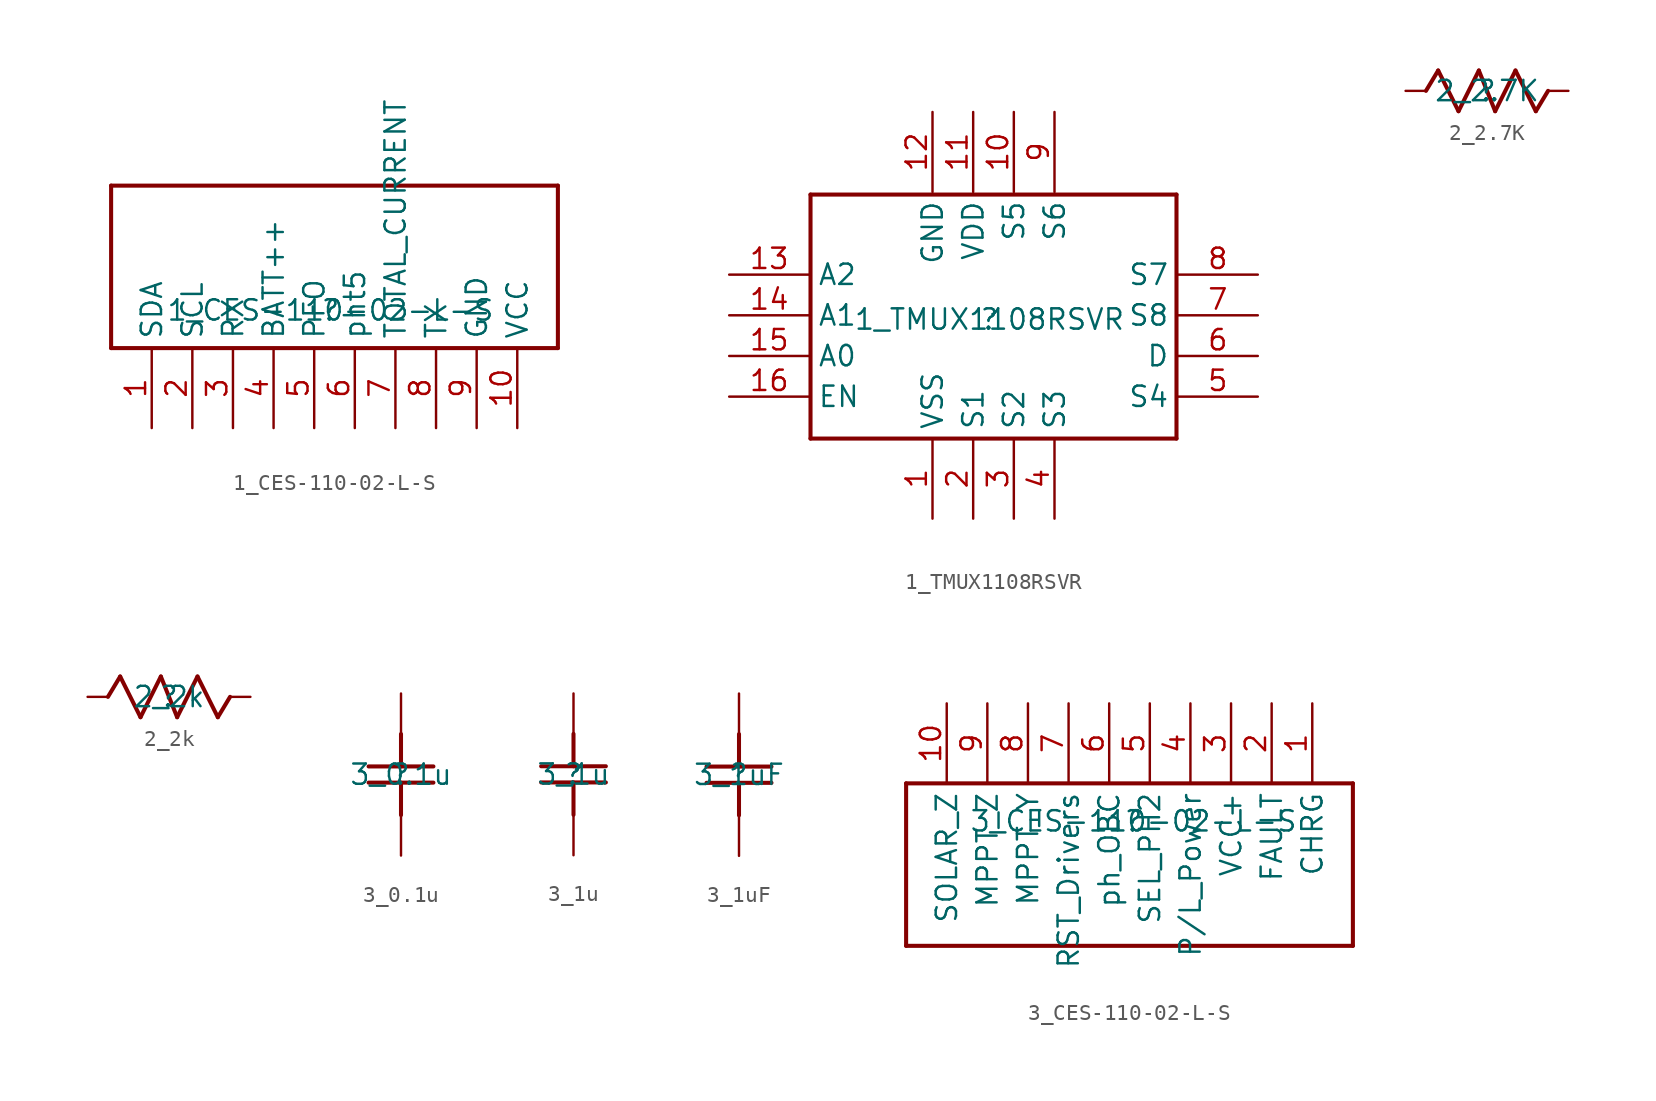
<source format=kicad_sym>
(kicad_symbol_lib
  (version 20211014)
  (generator kicad_symbol_editor)
  (symbol "1_CES-110-02-L-S"
    (property "Reference" ""
      (at 0 0 0)
      (effects (font (size 1.27 1.27))))
    (property "Value" "1_CES-110-02-L-S"
      (at 0 0 0)
      (effects (font (size 1.27 1.27))))
    (symbol "1_CES-110-02-L-S_1_0"
      (polyline (pts (xy -13.716 -2.365) (xy -13.716 7.795)) (stroke (width 0.254) (type default) (color 0 0 0 0)) (fill (type none)))
      (polyline (pts (xy -13.716 -2.365) (xy 14.224 -2.365)) (stroke (width 0.254) (type default) (color 0 0 0 0)) (fill (type none)))
      (polyline (pts (xy 14.224 7.795) (xy -13.716 7.795)) (stroke (width 0.254) (type default) (color 0 0 0 0)) (fill (type none)))
      (polyline (pts (xy 14.224 7.795) (xy 14.224 -2.365)) (stroke (width 0.254) (type default) (color 0 0 0 0)) (fill (type none)))
      (pin passive line (at -11.176 -7.366 90) (length 5) (name "SDA" (effects (font (size 1.27 1.27)))) (number "1" (effects (font (size 1.27 1.27)))))
      (pin passive line (at 11.684 -7.366 90) (length 5) (name "VCC" (effects (font (size 1.27 1.27)))) (number "10" (effects (font (size 1.27 1.27)))))
      (pin passive line (at -8.636 -7.366 90) (length 5) (name "SCL" (effects (font (size 1.27 1.27)))) (number "2" (effects (font (size 1.27 1.27)))))
      (pin passive line (at -6.096 -7.366 90) (length 5) (name "RX" (effects (font (size 1.27 1.27)))) (number "3" (effects (font (size 1.27 1.27)))))
      (pin passive line (at -3.556 -7.366 90) (length 5) (name "BATT++" (effects (font (size 1.27 1.27)))) (number "4" (effects (font (size 1.27 1.27)))))
      (pin passive line (at -1.016 -7.366 90) (length 5) (name "PFO" (effects (font (size 1.27 1.27)))) (number "5" (effects (font (size 1.27 1.27)))))
      (pin passive line (at 1.524 -7.366 90) (length 5) (name "pht5" (effects (font (size 1.27 1.27)))) (number "6" (effects (font (size 1.27 1.27)))))
      (pin passive line (at 4.064 -7.366 90) (length 5) (name "TOTAL_CURRENT" (effects (font (size 1.27 1.27)))) (number "7" (effects (font (size 1.27 1.27)))))
      (pin passive line (at 6.604 -7.366 90) (length 5) (name "TX" (effects (font (size 1.27 1.27)))) (number "8" (effects (font (size 1.27 1.27)))))
      (pin passive line (at 9.144 -7.366 90) (length 5) (name "GND" (effects (font (size 1.27 1.27)))) (number "9" (effects (font (size 1.27 1.27)))))))
  (symbol "1_TMUX1108RSVR"
    (property "Reference" ""
      (at 0 0 0)
      (effects (font (size 1.27 1.27))))
    (property "Value" "1_TMUX1108RSVR"
      (at 0 0 0)
      (effects (font (size 1.27 1.27))))
    (symbol "1_TMUX1108RSVR_1_0"
      (polyline (pts (xy -11.176 -7.445) (xy -11.176 7.795)) (stroke (width 0.254) (type default) (color 0 0 0 0)) (fill (type none)))
      (polyline (pts (xy -11.176 -7.445) (xy 11.684 -7.445)) (stroke (width 0.254) (type default) (color 0 0 0 0)) (fill (type none)))
      (polyline (pts (xy 11.684 7.795) (xy -11.176 7.795)) (stroke (width 0.254) (type default) (color 0 0 0 0)) (fill (type none)))
      (polyline (pts (xy 11.684 7.795) (xy 11.684 -7.445)) (stroke (width 0.254) (type default) (color 0 0 0 0)) (fill (type none)))
      (pin passive line (at -3.556 -12.446 90) (length 5) (name "VSS" (effects (font (size 1.27 1.27)))) (number "1" (effects (font (size 1.27 1.27)))))
      (pin passive line (at 1.524 12.954 270) (length 5) (name "S5" (effects (font (size 1.27 1.27)))) (number "10" (effects (font (size 1.27 1.27)))))
      (pin passive line (at -1.016 12.954 270) (length 5) (name "VDD" (effects (font (size 1.27 1.27)))) (number "11" (effects (font (size 1.27 1.27)))))
      (pin passive line (at -3.556 12.954 270) (length 5) (name "GND" (effects (font (size 1.27 1.27)))) (number "12" (effects (font (size 1.27 1.27)))))
      (pin passive line (at -16.256 2.794 0) (length 5) (name "A2" (effects (font (size 1.27 1.27)))) (number "13" (effects (font (size 1.27 1.27)))))
      (pin passive line (at -16.256 0.254 0) (length 5) (name "A1" (effects (font (size 1.27 1.27)))) (number "14" (effects (font (size 1.27 1.27)))))
      (pin passive line (at -16.256 -2.286 0) (length 5) (name "A0" (effects (font (size 1.27 1.27)))) (number "15" (effects (font (size 1.27 1.27)))))
      (pin passive line (at -16.256 -4.826 0) (length 5) (name "EN" (effects (font (size 1.27 1.27)))) (number "16" (effects (font (size 1.27 1.27)))))
      (pin passive line (at -1.016 -12.446 90) (length 5) (name "S1" (effects (font (size 1.27 1.27)))) (number "2" (effects (font (size 1.27 1.27)))))
      (pin passive line (at 1.524 -12.446 90) (length 5) (name "S2" (effects (font (size 1.27 1.27)))) (number "3" (effects (font (size 1.27 1.27)))))
      (pin passive line (at 4.064 -12.446 90) (length 5) (name "S3" (effects (font (size 1.27 1.27)))) (number "4" (effects (font (size 1.27 1.27)))))
      (pin passive line (at 16.764 -4.826 180) (length 5) (name "S4" (effects (font (size 1.27 1.27)))) (number "5" (effects (font (size 1.27 1.27)))))
      (pin passive line (at 16.764 -2.286 180) (length 5) (name "D" (effects (font (size 1.27 1.27)))) (number "6" (effects (font (size 1.27 1.27)))))
      (pin passive line (at 16.764 0.254 180) (length 5) (name "S8" (effects (font (size 1.27 1.27)))) (number "7" (effects (font (size 1.27 1.27)))))
      (pin passive line (at 16.764 2.794 180) (length 5) (name "S7" (effects (font (size 1.27 1.27)))) (number "8" (effects (font (size 1.27 1.27)))))
      (pin passive line (at 4.064 12.954 270) (length 5) (name "S6" (effects (font (size 1.27 1.27)))) (number "9" (effects (font (size 1.27 1.27)))))))
  (symbol "2_2.7K"
    (property "Reference" ""
      (at 0 0 0)
      (effects (font (size 1.27 1.27))))
    (property "Value" "2_2.7K"
      (at 0 0 0)
      (effects (font (size 1.27 1.27))))
    (symbol "2_2.7K_1_0"
      (polyline (pts (xy -3.81 0) (xy -3.048 1.27)) (stroke (width 0.254) (type default) (color 0 0 0 0)) (fill (type none)))
      (polyline (pts (xy -3.048 1.27) (xy -1.778 -1.27)) (stroke (width 0.254) (type default) (color 0 0 0 0)) (fill (type none)))
      (polyline (pts (xy -1.778 -1.27) (xy -0.508 1.27)) (stroke (width 0.254) (type default) (color 0 0 0 0)) (fill (type none)))
      (polyline (pts (xy -0.508 1.27) (xy 0.508 -1.27)) (stroke (width 0.254) (type default) (color 0 0 0 0)) (fill (type none)))
      (polyline (pts (xy 0.508 -1.27) (xy 1.778 1.27)) (stroke (width 0.254) (type default) (color 0 0 0 0)) (fill (type none)))
      (polyline (pts (xy 1.778 1.27) (xy 3.048 -1.27)) (stroke (width 0.254) (type default) (color 0 0 0 0)) (fill (type none)))
      (polyline (pts (xy 3.048 -1.27) (xy 3.81 0)) (stroke (width 0.254) (type default) (color 0 0 0 0)) (fill (type none)))
      (pin passive line (at 5.08 0 180) (length 1.27) (name "1" (effects (font (size 0 0)))) (number "1" (effects (font (size 0 0)))))
      (pin passive line (at -5.08 0 0) (length 1.27) (name "2" (effects (font (size 0 0)))) (number "2" (effects (font (size 0 0)))))))
  (symbol "2_2k"
    (property "Reference" ""
      (at 0 0 0)
      (effects (font (size 1.27 1.27))))
    (property "Value" "2_2k"
      (at 0 0 0)
      (effects (font (size 1.27 1.27))))
    (symbol "2_2k_1_0"
      (polyline (pts (xy -3.81 0) (xy -3.048 1.27)) (stroke (width 0.254) (type default) (color 0 0 0 0)) (fill (type none)))
      (polyline (pts (xy -3.048 1.27) (xy -1.778 -1.27)) (stroke (width 0.254) (type default) (color 0 0 0 0)) (fill (type none)))
      (polyline (pts (xy -1.778 -1.27) (xy -0.508 1.27)) (stroke (width 0.254) (type default) (color 0 0 0 0)) (fill (type none)))
      (polyline (pts (xy -0.508 1.27) (xy 0.508 -1.27)) (stroke (width 0.254) (type default) (color 0 0 0 0)) (fill (type none)))
      (polyline (pts (xy 0.508 -1.27) (xy 1.778 1.27)) (stroke (width 0.254) (type default) (color 0 0 0 0)) (fill (type none)))
      (polyline (pts (xy 1.778 1.27) (xy 3.048 -1.27)) (stroke (width 0.254) (type default) (color 0 0 0 0)) (fill (type none)))
      (polyline (pts (xy 3.048 -1.27) (xy 3.81 0)) (stroke (width 0.254) (type default) (color 0 0 0 0)) (fill (type none)))
      (pin passive line (at 5.08 0 180) (length 1.27) (name "1" (effects (font (size 0 0)))) (number "1" (effects (font (size 0 0)))))
      (pin passive line (at -5.08 0 0) (length 1.27) (name "2" (effects (font (size 0 0)))) (number "2" (effects (font (size 0 0)))))))
  (symbol "3_0.1u"
    (property "Reference" ""
      (at 0 0 0)
      (effects (font (size 1.27 1.27))))
    (property "Value" "3_0.1u"
      (at 0 0 0)
      (effects (font (size 1.27 1.27))))
    (symbol "3_0.1u_1_0"
      (polyline (pts (xy -2.032 0.508) (xy 2.032 0.508)) (stroke (width 0.254) (type default) (color 0 0 0 0)) (fill (type none)))
      (polyline (pts (xy 0 -2.54) (xy 0 -0.508)) (stroke (width 0.254) (type default) (color 0 0 0 0)) (fill (type none)))
      (polyline (pts (xy 0 0.508) (xy 0 2.54)) (stroke (width 0.254) (type default) (color 0 0 0 0)) (fill (type none)))
      (polyline (pts (xy 2.032 -0.508) (xy -2.032 -0.508)) (stroke (width 0.254) (type default) (color 0 0 0 0)) (fill (type none)))
      (pin passive line (at 0 5.08 270) (length 2.54) (name "1" (effects (font (size 0 0)))) (number "1" (effects (font (size 0 0)))))
      (pin passive line (at 0 -5.08 90) (length 2.54) (name "2" (effects (font (size 0 0)))) (number "2" (effects (font (size 0 0)))))))
  (symbol "3_1u"
    (property "Reference" ""
      (at 0 0 0)
      (effects (font (size 1.27 1.27))))
    (property "Value" "3_1u"
      (at 0 0 0)
      (effects (font (size 1.27 1.27))))
    (symbol "3_1u_1_0"
      (polyline (pts (xy -2.032 0.508) (xy 2.032 0.508)) (stroke (width 0.254) (type default) (color 0 0 0 0)) (fill (type none)))
      (polyline (pts (xy 0 -2.54) (xy 0 -0.508)) (stroke (width 0.254) (type default) (color 0 0 0 0)) (fill (type none)))
      (polyline (pts (xy 0 0.508) (xy 0 2.54)) (stroke (width 0.254) (type default) (color 0 0 0 0)) (fill (type none)))
      (polyline (pts (xy 2.032 -0.508) (xy -2.032 -0.508)) (stroke (width 0.254) (type default) (color 0 0 0 0)) (fill (type none)))
      (pin passive line (at 0 5.08 270) (length 2.54) (name "1" (effects (font (size 0 0)))) (number "1" (effects (font (size 0 0)))))
      (pin passive line (at 0 -5.08 90) (length 2.54) (name "2" (effects (font (size 0 0)))) (number "2" (effects (font (size 0 0)))))))
  (symbol "3_1uF"
    (property "Reference" ""
      (at 0 0 0)
      (effects (font (size 1.27 1.27))))
    (property "Value" "3_1uF"
      (at 0 0 0)
      (effects (font (size 1.27 1.27))))
    (symbol "3_1uF_1_0"
      (polyline (pts (xy -2.032 0.508) (xy 2.032 0.508)) (stroke (width 0.254) (type default) (color 0 0 0 0)) (fill (type none)))
      (polyline (pts (xy 0 -2.54) (xy 0 -0.508)) (stroke (width 0.254) (type default) (color 0 0 0 0)) (fill (type none)))
      (polyline (pts (xy 0 0.508) (xy 0 2.54)) (stroke (width 0.254) (type default) (color 0 0 0 0)) (fill (type none)))
      (polyline (pts (xy 2.032 -0.508) (xy -2.032 -0.508)) (stroke (width 0.254) (type default) (color 0 0 0 0)) (fill (type none)))
      (pin passive line (at 0 5.08 270) (length 2.54) (name "1" (effects (font (size 0 0)))) (number "1" (effects (font (size 0 0)))))
      (pin passive line (at 0 -5.08 90) (length 2.54) (name "2" (effects (font (size 0 0)))) (number "2" (effects (font (size 0 0)))))))
  (symbol "3_CES-110-02-L-S"
    (property "Reference" ""
      (at 0 0 0)
      (effects (font (size 1.27 1.27))))
    (property "Value" "3_CES-110-02-L-S"
      (at 0 0 0)
      (effects (font (size 1.27 1.27))))
    (symbol "3_CES-110-02-L-S_1_0"
      (polyline (pts (xy -14.224 -7.795) (xy -14.224 2.365)) (stroke (width 0.254) (type default) (color 0 0 0 0)) (fill (type none)))
      (polyline (pts (xy -14.224 -7.795) (xy 13.716 -7.795)) (stroke (width 0.254) (type default) (color 0 0 0 0)) (fill (type none)))
      (polyline (pts (xy 13.716 2.365) (xy -14.224 2.365)) (stroke (width 0.254) (type default) (color 0 0 0 0)) (fill (type none)))
      (polyline (pts (xy 13.716 2.365) (xy 13.716 -7.795)) (stroke (width 0.254) (type default) (color 0 0 0 0)) (fill (type none)))
      (pin passive line (at 11.176 7.366 270) (length 5) (name "CHRG" (effects (font (size 1.27 1.27)))) (number "1" (effects (font (size 1.27 1.27)))))
      (pin passive line (at -11.684 7.366 270) (length 5) (name "SOLAR_Z" (effects (font (size 1.27 1.27)))) (number "10" (effects (font (size 1.27 1.27)))))
      (pin passive line (at 8.636 7.366 270) (length 5) (name "FAULT" (effects (font (size 1.27 1.27)))) (number "2" (effects (font (size 1.27 1.27)))))
      (pin passive line (at 6.096 7.366 270) (length 5) (name "VCC+" (effects (font (size 1.27 1.27)))) (number "3" (effects (font (size 1.27 1.27)))))
      (pin passive line (at 3.556 7.366 270) (length 5) (name "P/L_Power" (effects (font (size 1.27 1.27)))) (number "4" (effects (font (size 1.27 1.27)))))
      (pin passive line (at 1.016 7.366 270) (length 5) (name "SEL_PH2" (effects (font (size 1.27 1.27)))) (number "5" (effects (font (size 1.27 1.27)))))
      (pin passive line (at -1.524 7.366 270) (length 5) (name "ph_OBC" (effects (font (size 1.27 1.27)))) (number "6" (effects (font (size 1.27 1.27)))))
      (pin passive line (at -4.064 7.366 270) (length 5) (name "RST_Drivers" (effects (font (size 1.27 1.27)))) (number "7" (effects (font (size 1.27 1.27)))))
      (pin passive line (at -6.604 7.366 270) (length 5) (name "MPPT_Y" (effects (font (size 1.27 1.27)))) (number "8" (effects (font (size 1.27 1.27)))))
      (pin passive line (at -9.144 7.366 270) (length 5) (name "MPPT_Z" (effects (font (size 1.27 1.27)))) (number "9" (effects (font (size 1.27 1.27))))))))
</source>
